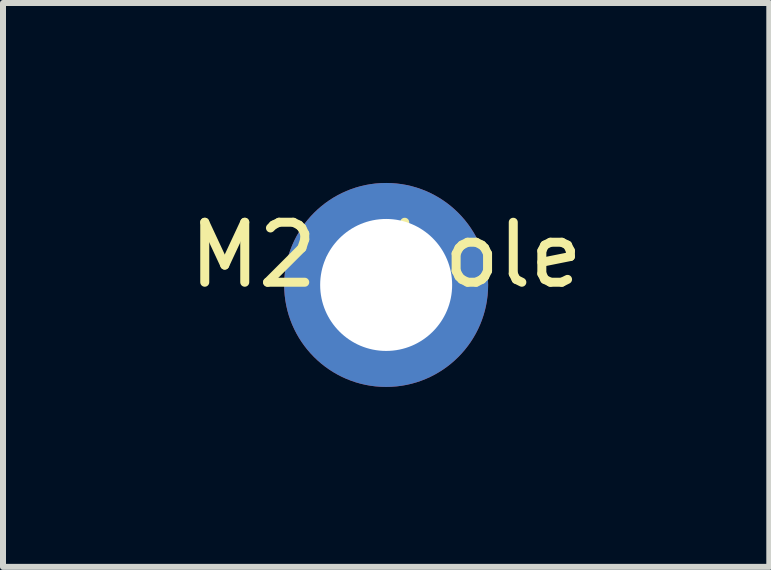
<source format=kicad_pcb>
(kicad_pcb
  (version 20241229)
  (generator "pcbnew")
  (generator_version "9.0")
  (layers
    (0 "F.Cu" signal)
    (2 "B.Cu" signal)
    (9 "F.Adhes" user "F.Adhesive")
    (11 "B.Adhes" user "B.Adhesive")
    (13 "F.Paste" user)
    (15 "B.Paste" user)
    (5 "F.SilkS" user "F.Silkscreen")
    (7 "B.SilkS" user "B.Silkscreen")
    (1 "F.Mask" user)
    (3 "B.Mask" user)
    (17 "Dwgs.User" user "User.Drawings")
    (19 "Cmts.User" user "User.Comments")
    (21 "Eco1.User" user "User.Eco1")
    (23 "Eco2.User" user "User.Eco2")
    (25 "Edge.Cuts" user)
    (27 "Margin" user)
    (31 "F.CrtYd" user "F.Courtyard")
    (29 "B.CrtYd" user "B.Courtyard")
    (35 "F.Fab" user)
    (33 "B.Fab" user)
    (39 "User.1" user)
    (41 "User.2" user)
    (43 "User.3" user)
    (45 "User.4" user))
  (footprint "M2-hole"
    (layer "F.Cu")
    (at 3.387 1.7)
    (property "Reference" "M2-hole" (at 0 -0.5 0) (unlocked yes) (layer "F.SilkS") (effects (font (size 1 1) (thickness 0.15))))
    (attr through_hole)
    (pad "1" thru_hole circle (at 0 0) (size 3.4 3.4) (drill 2.2) (layers "*.Cu" "*.Mask")))
  (gr_rect
    (start -3 -3)
    (end 9.774 6.4)
    (stroke (width 0.1) (type default))
    (fill no)
    (layer "Edge.Cuts")))
</source>
